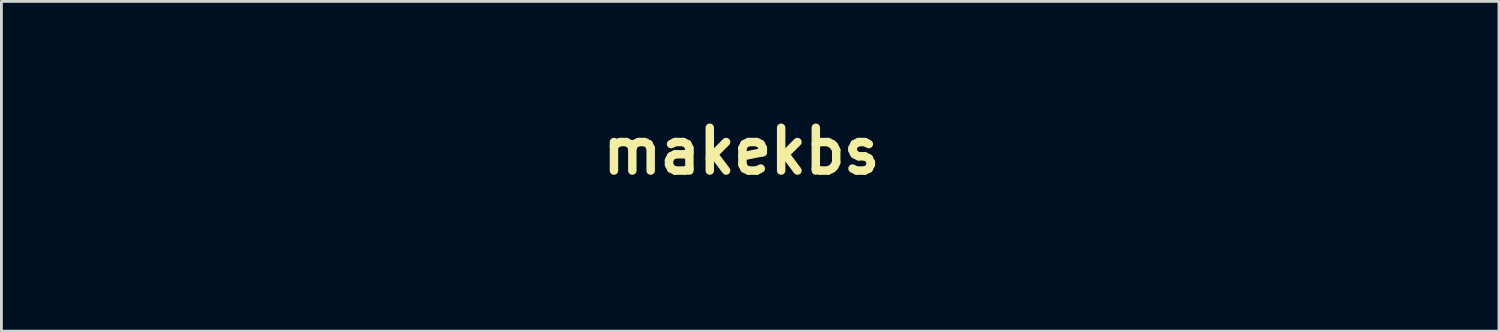
<source format=kicad_pcb>
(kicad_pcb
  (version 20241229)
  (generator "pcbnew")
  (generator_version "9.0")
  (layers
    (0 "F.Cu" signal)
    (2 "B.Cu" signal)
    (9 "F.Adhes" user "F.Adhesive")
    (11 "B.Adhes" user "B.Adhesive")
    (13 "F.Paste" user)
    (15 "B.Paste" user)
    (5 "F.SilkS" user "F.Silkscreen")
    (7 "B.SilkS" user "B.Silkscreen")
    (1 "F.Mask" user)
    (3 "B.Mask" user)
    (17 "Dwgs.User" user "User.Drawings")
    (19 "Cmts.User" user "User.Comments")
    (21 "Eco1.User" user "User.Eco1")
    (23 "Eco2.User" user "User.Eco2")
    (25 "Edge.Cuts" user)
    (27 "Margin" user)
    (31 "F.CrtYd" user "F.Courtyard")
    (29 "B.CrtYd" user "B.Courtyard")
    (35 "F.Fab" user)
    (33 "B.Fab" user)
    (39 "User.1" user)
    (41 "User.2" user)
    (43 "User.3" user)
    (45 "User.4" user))
  (footprint "makekbs"
    (layer "F.Cu")
    (at 23.339 2.332)
    (property "Reference" "makekbs" (at 0 0 0) (layer "F.SilkS") (effects (font (size 1.524 1.524) (thickness 0.3))))
    (attr through_hole)
    (fp_poly (pts (xy 17.224 -0.94) (xy 17.34 -0.803) (xy 17.352 -0.765) (xy 17.343 -0.571) (xy 17.216 -0.421) (xy 16.983 -0.329) (xy 16.902 -0.315) (xy 16.678 -0.251) (xy 16.483 -0.141) (xy 16.461 -0.122) (xy 16.317 0.037) (xy 16.216 0.223) (xy 16.152 0.461) (xy 16.119 0.777) (xy 16.109 1.199) (xy 16.109 1.221) (xy 16.104 1.593) (xy 16.084 1.852) (xy 16.043 2.015) (xy 15.976 2.104) (xy 15.877 2.137) (xy 15.833 2.139) (xy 15.696 2.094) (xy 15.606 2.028) (xy 15.561 1.965) (xy 15.531 1.868) (xy 15.515 1.715) (xy 15.51 1.481) (xy 15.515 1.145) (xy 15.518 1.008) (xy 15.529 0.636) (xy 15.544 0.369) (xy 15.567 0.178) (xy 15.603 0.033) (xy 15.658 -0.093) (xy 15.72 -0.205) (xy 15.998 -0.549) (xy 16.365 -0.806) (xy 16.703 -0.936) (xy 17.011 -0.984) (xy 17.224 -0.94)) (stroke (width 0.01) (type solid)) (fill yes) (layer "F.Mask"))
    (fp_poly (pts (xy 9.999 -0.912) (xy 10.358 -0.745) (xy 10.657 -0.496) (xy 10.886 -0.183) (xy 11.033 0.178) (xy 11.084 0.57) (xy 11.029 0.977) (xy 10.856 1.382) (xy 10.829 1.426) (xy 10.563 1.729) (xy 10.217 1.954) (xy 9.824 2.091) (xy 9.416 2.129) (xy 9.026 2.055) (xy 9.014 2.05) (xy 8.613 1.834) (xy 8.301 1.53) (xy 8.089 1.156) (xy 7.987 0.734) (xy 7.995 0.53) (xy 8.637 0.53) (xy 8.642 0.653) (xy 8.679 0.907) (xy 8.763 1.09) (xy 8.86 1.206) (xy 9.098 1.391) (xy 9.361 1.494) (xy 9.592 1.5) (xy 9.743 1.476) (xy 9.807 1.471) (xy 9.902 1.43) (xy 10.05 1.325) (xy 10.123 1.264) (xy 10.345 0.991) (xy 10.449 0.683) (xy 10.434 0.365) (xy 10.299 0.063) (xy 10.162 -0.098) (xy 9.9 -0.263) (xy 9.588 -0.331) (xy 9.269 -0.299) (xy 9.025 -0.188) (xy 8.796 0.01) (xy 8.672 0.236) (xy 8.637 0.53) (xy 7.995 0.53) (xy 8.005 0.282) (xy 8.026 0.179) (xy 8.172 -0.168) (xy 8.418 -0.488) (xy 8.732 -0.748) (xy 9.082 -0.915) (xy 9.151 -0.934) (xy 9.593 -0.98) (xy 9.999 -0.912)) (stroke (width 0.01) (type solid)) (fill yes) (layer "F.Mask"))
    (fp_poly (pts (xy 23.048 -0.932) (xy 23.157 -0.799) (xy 23.167 -0.767) (xy 23.162 -0.571) (xy 23.037 -0.431) (xy 22.886 -0.372) (xy 22.752 -0.306) (xy 22.738 -0.219) (xy 22.833 -0.125) (xy 23.029 -0.042) (xy 23.086 -0.026) (xy 23.432 0.119) (xy 23.695 0.341) (xy 23.872 0.617) (xy 23.96 0.925) (xy 23.955 1.24) (xy 23.855 1.541) (xy 23.657 1.805) (xy 23.371 2.001) (xy 22.994 2.121) (xy 22.635 2.109) (xy 22.404 2.027) (xy 22.131 1.825) (xy 21.922 1.543) (xy 21.812 1.224) (xy 21.809 1.206) (xy 21.813 0.95) (xy 21.904 0.792) (xy 22.08 0.735) (xy 22.091 0.735) (xy 22.252 0.776) (xy 22.359 0.91) (xy 22.422 1.115) (xy 22.525 1.348) (xy 22.695 1.484) (xy 22.905 1.511) (xy 23.126 1.419) (xy 23.147 1.403) (xy 23.3 1.215) (xy 23.338 1.007) (xy 23.269 0.809) (xy 23.102 0.65) (xy 22.893 0.568) (xy 22.572 0.476) (xy 22.359 0.36) (xy 22.228 0.206) (xy 22.222 0.194) (xy 22.139 -0.073) (xy 22.135 -0.36) (xy 22.21 -0.611) (xy 22.256 -0.684) (xy 22.444 -0.857) (xy 22.66 -0.958) (xy 22.871 -0.984) (xy 23.048 -0.932)) (stroke (width 0.01) (type solid)) (fill yes) (layer "F.Mask"))
    (fp_poly (pts (xy -16.282 -0.905) (xy -15.902 -0.714) (xy -15.574 -0.421) (xy -15.335 -0.067) (xy -15.274 0.115) (xy -15.227 0.381) (xy -15.193 0.7) (xy -15.175 1.043) (xy -15.172 1.377) (xy -15.186 1.673) (xy -15.218 1.899) (xy -15.269 2.025) (xy -15.271 2.027) (xy -15.439 2.122) (xy -15.622 2.124) (xy -15.769 2.035) (xy -15.787 2.01) (xy -15.853 1.928) (xy -15.933 1.923) (xy -16.066 1.984) (xy -16.329 2.071) (xy -16.658 2.113) (xy -16.991 2.105) (xy -17.262 2.048) (xy -17.672 1.829) (xy -17.99 1.515) (xy -18.164 1.219) (xy -18.292 0.794) (xy -18.293 0.653) (xy -17.673 0.653) (xy -17.591 0.949) (xy -17.421 1.196) (xy -17.185 1.38) (xy -16.905 1.484) (xy -16.602 1.491) (xy -16.298 1.385) (xy -16.256 1.36) (xy -16.033 1.145) (xy -15.894 0.858) (xy -15.849 0.539) (xy -15.905 0.226) (xy -15.973 0.087) (xy -16.196 -0.157) (xy -16.501 -0.298) (xy -16.805 -0.334) (xy -17.112 -0.272) (xy -17.379 -0.101) (xy -17.576 0.152) (xy -17.644 0.326) (xy -17.673 0.653) (xy -18.293 0.653) (xy -18.296 0.372) (xy -18.188 -0.026) (xy -17.976 -0.382) (xy -17.672 -0.674) (xy -17.283 -0.883) (xy -17.114 -0.937) (xy -16.693 -0.982) (xy -16.282 -0.905)) (stroke (width 0.01) (type solid)) (fill yes) (layer "F.Mask"))
    (fp_poly (pts (xy 3.345 -0.987) (xy 3.392 -0.962) (xy 3.461 -0.908) (xy 3.503 -0.837) (xy 3.514 -0.737) (xy 3.49 -0.597) (xy 3.428 -0.403) (xy 3.322 -0.145) (xy 3.169 0.191) (xy 2.964 0.617) (xy 2.703 1.143) (xy 2.581 1.388) (xy 2.293 1.961) (xy 2.056 2.422) (xy 1.864 2.783) (xy 1.708 3.051) (xy 1.582 3.237) (xy 1.479 3.35) (xy 1.392 3.399) (xy 1.314 3.395) (xy 1.239 3.346) (xy 1.18 3.287) (xy 1.094 3.162) (xy 1.069 3.085) (xy 1.098 2.994) (xy 1.175 2.815) (xy 1.287 2.576) (xy 1.371 2.405) (xy 1.672 1.805) (xy 1.07 0.603) (xy 0.886 0.228) (xy 0.724 -0.112) (xy 0.595 -0.398) (xy 0.507 -0.608) (xy 0.469 -0.724) (xy 0.468 -0.732) (xy 0.526 -0.869) (xy 0.664 -0.962) (xy 0.83 -0.98) (xy 0.856 -0.973) (xy 0.927 -0.901) (xy 1.044 -0.725) (xy 1.196 -0.461) (xy 1.373 -0.127) (xy 1.47 0.067) (xy 1.637 0.398) (xy 1.784 0.684) (xy 1.902 0.903) (xy 1.979 1.037) (xy 2.003 1.069) (xy 2.044 1.013) (xy 2.134 0.857) (xy 2.262 0.62) (xy 2.418 0.324) (xy 2.54 0.087) (xy 2.753 -0.324) (xy 2.921 -0.625) (xy 3.054 -0.829) (xy 3.163 -0.949) (xy 3.256 -0.998) (xy 3.345 -0.987)) (stroke (width 0.01) (type solid)) (fill yes) (layer "F.Mask"))
    (fp_poly (pts (xy -9.507 -0.946) (xy -9.136 -0.799) (xy -8.84 -0.582) (xy -8.734 -0.459) (xy -8.7 -0.334) (xy -8.745 -0.187) (xy -8.877 -0.000192) (xy -9.103 0.245) (xy -9.209 0.352) (xy -9.511 0.633) (xy -9.748 0.807) (xy -9.929 0.878) (xy -10.065 0.85) (xy -10.158 0.74) (xy -10.209 0.621) (xy -10.209 0.516) (xy -10.146 0.395) (xy -10.005 0.227) (xy -9.893 0.107) (xy -9.73 -0.071) (xy -9.611 -0.212) (xy -9.559 -0.287) (xy -9.558 -0.291) (xy -9.619 -0.316) (xy -9.772 -0.331) (xy -9.89 -0.334) (xy -10.126 -0.317) (xy -10.301 -0.248) (xy -10.454 -0.13) (xy -10.691 0.15) (xy -10.799 0.454) (xy -10.777 0.768) (xy -10.626 1.077) (xy -10.549 1.174) (xy -10.276 1.394) (xy -9.965 1.493) (xy -9.637 1.471) (xy -9.317 1.325) (xy -9.248 1.275) (xy -9.039 1.161) (xy -8.86 1.156) (xy -8.736 1.254) (xy -8.689 1.447) (xy -8.689 1.448) (xy -8.752 1.644) (xy -8.92 1.819) (xy -9.168 1.962) (xy -9.468 2.065) (xy -9.793 2.118) (xy -10.118 2.11) (xy -10.377 2.048) (xy -10.788 1.829) (xy -11.105 1.515) (xy -11.28 1.219) (xy -11.408 0.805) (xy -11.418 0.407) (xy -11.327 0.038) (xy -11.15 -0.292) (xy -10.901 -0.571) (xy -10.598 -0.787) (xy -10.254 -0.929) (xy -9.885 -0.986) (xy -9.507 -0.946)) (stroke (width 0.01) (type solid)) (fill yes) (layer "F.Mask"))
    (fp_poly (pts (xy -14.119 -1.88) (xy -14.109 -1.874) (xy -14.033 -1.822) (xy -13.978 -1.744) (xy -13.939 -1.62) (xy -13.914 -1.429) (xy -13.898 -1.149) (xy -13.888 -0.76) (xy -13.886 -0.692) (xy -13.87 0.12) (xy -13.168 -0.441) (xy -12.9 -0.649) (xy -12.661 -0.822) (xy -12.474 -0.944) (xy -12.363 -1.001) (xy -12.351 -1.002) (xy -12.225 -0.946) (xy -12.115 -0.813) (xy -12.06 -0.66) (xy -12.068 -0.584) (xy -12.134 -0.505) (xy -12.283 -0.364) (xy -12.496 -0.181) (xy -12.75 0.026) (xy -12.772 0.044) (xy -13.057 0.274) (xy -13.243 0.439) (xy -13.341 0.549) (xy -13.362 0.615) (xy -13.348 0.635) (xy -12.99 0.912) (xy -12.669 1.172) (xy -12.4 1.402) (xy -12.199 1.588) (xy -12.082 1.715) (xy -12.06 1.752) (xy -12.073 1.903) (xy -12.172 2.046) (xy -12.317 2.132) (xy -12.369 2.139) (xy -12.462 2.099) (xy -12.635 1.989) (xy -12.864 1.824) (xy -13.129 1.621) (xy -13.194 1.569) (xy -13.903 0.998) (xy -13.903 1.458) (xy -13.912 1.728) (xy -13.943 1.899) (xy -14.003 2.006) (xy -14.025 2.028) (xy -14.202 2.129) (xy -14.367 2.097) (xy -14.461 2.017) (xy -14.494 1.967) (xy -14.52 1.889) (xy -14.54 1.767) (xy -14.554 1.586) (xy -14.563 1.331) (xy -14.569 0.986) (xy -14.571 0.535) (xy -14.572 0.08) (xy -14.572 -1.735) (xy -14.409 -1.841) (xy -14.256 -1.91) (xy -14.119 -1.88)) (stroke (width 0.01) (type solid)) (fill yes) (layer "F.Mask"))
    (fp_poly (pts (xy -1.185 -0.968) (xy -0.906 -0.881) (xy -0.642 -0.762) (xy -0.452 -0.635) (xy -0.451 -0.634) (xy -0.329 -0.497) (xy -0.279 -0.366) (xy -0.308 -0.22) (xy -0.422 -0.04) (xy -0.63 0.193) (xy -0.792 0.358) (xy -1.033 0.592) (xy -1.206 0.743) (xy -1.332 0.827) (xy -1.436 0.858) (xy -1.511 0.858) (xy -1.657 0.814) (xy -1.718 0.7) (xy -1.727 0.642) (xy -1.72 0.518) (xy -1.659 0.39) (xy -1.523 0.225) (xy -1.407 0.104) (xy -1.248 -0.069) (xy -1.142 -0.208) (xy -1.11 -0.284) (xy -1.112 -0.288) (xy -1.238 -0.335) (xy -1.439 -0.336) (xy -1.668 -0.296) (xy -1.875 -0.221) (xy -1.944 -0.182) (xy -2.17 0.013) (xy -2.291 0.242) (xy -2.325 0.538) (xy -2.32 0.653) (xy -2.283 0.907) (xy -2.199 1.09) (xy -2.103 1.206) (xy -1.823 1.411) (xy -1.506 1.496) (xy -1.177 1.459) (xy -0.859 1.3) (xy -0.826 1.275) (xy -0.615 1.16) (xy -0.438 1.158) (xy -0.317 1.259) (xy -0.275 1.454) (xy -0.279 1.514) (xy -0.363 1.7) (xy -0.552 1.862) (xy -0.815 1.993) (xy -1.125 2.082) (xy -1.452 2.121) (xy -1.767 2.099) (xy -1.948 2.05) (xy -2.349 1.834) (xy -2.661 1.53) (xy -2.873 1.156) (xy -2.975 0.734) (xy -2.957 0.282) (xy -2.936 0.179) (xy -2.786 -0.177) (xy -2.533 -0.496) (xy -2.206 -0.756) (xy -1.835 -0.932) (xy -1.448 -1.002) (xy -1.42 -1.003) (xy -1.185 -0.968)) (stroke (width 0.01) (type solid)) (fill yes) (layer "F.Mask"))
    (fp_poly (pts (xy 13.749 -0.909) (xy 14.129 -0.753) (xy 14.444 -0.488) (xy 14.473 -0.454) (xy 14.611 -0.276) (xy 14.709 -0.101) (xy 14.775 0.098) (xy 14.815 0.348) (xy 14.834 0.675) (xy 14.839 1.109) (xy 14.839 1.127) (xy 14.837 1.505) (xy 14.829 1.77) (xy 14.814 1.942) (xy 14.788 2.042) (xy 14.75 2.09) (xy 14.733 2.098) (xy 14.504 2.135) (xy 14.328 2.056) (xy 14.285 2.005) (xy 14.216 1.922) (xy 14.141 1.909) (xy 14.01 1.962) (xy 13.964 1.985) (xy 13.59 2.103) (xy 13.179 2.119) (xy 12.78 2.033) (xy 12.664 1.984) (xy 12.27 1.735) (xy 11.991 1.414) (xy 11.825 1.024) (xy 11.787 0.691) (xy 12.383 0.691) (xy 12.488 1.006) (xy 12.697 1.263) (xy 12.997 1.435) (xy 13.001 1.437) (xy 13.205 1.505) (xy 13.345 1.524) (xy 13.482 1.493) (xy 13.679 1.409) (xy 13.681 1.408) (xy 13.968 1.212) (xy 14.153 0.944) (xy 14.228 0.63) (xy 14.184 0.296) (xy 14.133 0.169) (xy 13.937 -0.105) (xy 13.659 -0.273) (xy 13.304 -0.334) (xy 13.285 -0.334) (xy 13.071 -0.319) (xy 12.907 -0.255) (xy 12.728 -0.118) (xy 12.705 -0.097) (xy 12.542 0.081) (xy 12.426 0.264) (xy 12.397 0.343) (xy 12.383 0.691) (xy 11.787 0.691) (xy 11.773 0.563) (xy 11.776 0.457) (xy 11.851 0.029) (xy 12.031 -0.326) (xy 12.326 -0.626) (xy 12.525 -0.764) (xy 12.733 -0.879) (xy 12.923 -0.939) (xy 13.155 -0.96) (xy 13.292 -0.962) (xy 13.749 -0.909)) (stroke (width 0.01) (type solid)) (fill yes) (layer "F.Mask"))
    (fp_poly (pts (xy -5.657 -1.85) (xy -5.646 -1.843) (xy -5.582 -1.795) (xy -5.537 -1.735) (xy -5.507 -1.639) (xy -5.488 -1.484) (xy -5.477 -1.248) (xy -5.468 -0.906) (xy -5.466 -0.802) (xy -5.448 0.133) (xy -4.746 -0.432) (xy -4.478 -0.641) (xy -4.241 -0.816) (xy -4.055 -0.94) (xy -3.944 -0.998) (xy -3.932 -1) (xy -3.776 -0.946) (xy -3.652 -0.811) (xy -3.609 -0.667) (xy -3.663 -0.567) (xy -3.817 -0.402) (xy -4.061 -0.181) (xy -4.278 0) (xy -4.528 0.205) (xy -4.736 0.378) (xy -4.881 0.504) (xy -4.945 0.565) (xy -4.946 0.568) (xy -4.897 0.618) (xy -4.764 0.734) (xy -4.565 0.902) (xy -4.32 1.102) (xy -4.278 1.136) (xy -3.977 1.39) (xy -3.76 1.595) (xy -3.635 1.741) (xy -3.609 1.803) (xy -3.665 1.967) (xy -3.797 2.096) (xy -3.932 2.139) (xy -4.023 2.099) (xy -4.195 1.989) (xy -4.424 1.825) (xy -4.687 1.624) (xy -4.746 1.577) (xy -5.448 1.015) (xy -5.481 1.513) (xy -5.513 1.813) (xy -5.568 2.003) (xy -5.658 2.104) (xy -5.796 2.137) (xy -5.819 2.138) (xy -5.956 2.094) (xy -6.002 2.059) (xy -6.028 1.992) (xy -6.048 1.841) (xy -6.063 1.596) (xy -6.074 1.248) (xy -6.08 0.788) (xy -6.083 0.206) (xy -6.083 0.089) (xy -6.082 -0.462) (xy -6.081 -0.896) (xy -6.077 -1.225) (xy -6.069 -1.466) (xy -6.057 -1.634) (xy -6.04 -1.744) (xy -6.015 -1.811) (xy -5.984 -1.849) (xy -5.944 -1.874) (xy -5.806 -1.911) (xy -5.657 -1.85)) (stroke (width 0.01) (type solid)) (fill yes) (layer "F.Mask"))
    (fp_poly (pts (xy 20.98 -1.876) (xy 21.029 -1.845) (xy 21.065 -1.798) (xy 21.09 -1.718) (xy 21.106 -1.586) (xy 21.116 -1.384) (xy 21.12 -1.092) (xy 21.122 -0.693) (xy 21.122 -0.482) (xy 21.118 -0.06) (xy 21.109 0.332) (xy 21.095 0.666) (xy 21.078 0.919) (xy 21.057 1.065) (xy 21.056 1.069) (xy 20.892 1.424) (xy 20.628 1.719) (xy 20.29 1.942) (xy 19.903 2.082) (xy 19.493 2.125) (xy 19.084 2.06) (xy 19.025 2.041) (xy 18.653 1.841) (xy 18.358 1.543) (xy 18.155 1.168) (xy 18.055 0.735) (xy 18.047 0.568) (xy 18.057 0.489) (xy 18.664 0.489) (xy 18.683 0.815) (xy 18.806 1.106) (xy 19.024 1.336) (xy 19.293 1.469) (xy 19.486 1.518) (xy 19.634 1.521) (xy 19.804 1.474) (xy 19.918 1.43) (xy 20.211 1.25) (xy 20.405 1.003) (xy 20.495 0.714) (xy 20.478 0.406) (xy 20.351 0.106) (xy 20.146 -0.13) (xy 19.871 -0.292) (xy 19.565 -0.342) (xy 19.26 -0.289) (xy 18.99 -0.139) (xy 18.787 0.102) (xy 18.761 0.153) (xy 18.664 0.489) (xy 18.057 0.489) (xy 18.102 0.107) (xy 18.267 -0.28) (xy 18.545 -0.597) (xy 18.883 -0.82) (xy 19.165 -0.917) (xy 19.506 -0.961) (xy 19.852 -0.95) (xy 20.15 -0.884) (xy 20.233 -0.848) (xy 20.384 -0.773) (xy 20.477 -0.736) (xy 20.484 -0.735) (xy 20.501 -0.797) (xy 20.514 -0.96) (xy 20.52 -1.195) (xy 20.521 -1.271) (xy 20.523 -1.54) (xy 20.538 -1.707) (xy 20.571 -1.802) (xy 20.633 -1.856) (xy 20.679 -1.88) (xy 20.862 -1.917) (xy 20.98 -1.876)) (stroke (width 0.01) (type solid)) (fill yes) (layer "F.Mask"))
    (fp_poly (pts (xy 4.581 -1.917) (xy 4.683 -1.869) (xy 4.749 -1.817) (xy 4.788 -1.725) (xy 4.807 -1.564) (xy 4.813 -1.304) (xy 4.813 -1.262) (xy 4.818 -0.984) (xy 4.836 -0.822) (xy 4.87 -0.758) (xy 4.896 -0.759) (xy 5.249 -0.883) (xy 5.591 -0.96) (xy 5.879 -0.982) (xy 5.964 -0.975) (xy 6.404 -0.843) (xy 6.772 -0.61) (xy 7.056 -0.291) (xy 7.239 0.098) (xy 7.309 0.539) (xy 7.309 0.568) (xy 7.248 1.025) (xy 7.07 1.428) (xy 6.786 1.763) (xy 6.466 1.981) (xy 6.197 2.071) (xy 5.863 2.113) (xy 5.527 2.105) (xy 5.264 2.048) (xy 4.858 1.831) (xy 4.541 1.523) (xy 4.372 1.244) (xy 4.317 1.119) (xy 4.276 0.999) (xy 4.248 0.862) (xy 4.229 0.684) (xy 4.226 0.623) (xy 4.838 0.623) (xy 4.918 0.919) (xy 5.096 1.182) (xy 5.354 1.39) (xy 5.675 1.517) (xy 5.748 1.531) (xy 5.829 1.519) (xy 5.984 1.48) (xy 6.02 1.471) (xy 6.326 1.323) (xy 6.54 1.082) (xy 6.653 0.759) (xy 6.666 0.653) (xy 6.666 0.388) (xy 6.613 0.189) (xy 6.557 0.087) (xy 6.337 -0.154) (xy 6.063 -0.292) (xy 5.763 -0.332) (xy 5.463 -0.277) (xy 5.192 -0.132) (xy 4.978 0.101) (xy 4.873 0.32) (xy 4.838 0.623) (xy 4.226 0.623) (xy 4.218 0.444) (xy 4.213 0.12) (xy 4.212 -0.311) (xy 4.212 -0.413) (xy 4.213 -0.877) (xy 4.218 -1.225) (xy 4.228 -1.476) (xy 4.245 -1.646) (xy 4.27 -1.755) (xy 4.304 -1.82) (xy 4.316 -1.833) (xy 4.445 -1.925) (xy 4.581 -1.917)) (stroke (width 0.01) (type solid)) (fill yes) (layer "F.Mask"))
    (fp_poly (pts (xy -19.092 -2.285) (xy -19.063 -2.259) (xy -19.04 -2.17) (xy -19.02 -1.967) (xy -19.003 -1.671) (xy -18.991 -1.301) (xy -18.983 -0.877) (xy -18.978 -0.42) (xy -18.978 0.051) (xy -18.981 0.516) (xy -18.988 0.954) (xy -18.999 1.345) (xy -19.013 1.67) (xy -19.032 1.909) (xy -19.054 2.041) (xy -19.063 2.059) (xy -19.221 2.134) (xy -19.398 2.096) (xy -19.48 2.034) (xy -19.513 1.984) (xy -19.539 1.899) (xy -19.558 1.764) (xy -19.571 1.561) (xy -19.579 1.275) (xy -19.583 0.89) (xy -19.585 0.391) (xy -19.585 0.291) (xy -19.585 -1.346) (xy -20.303 -0.707) (xy -20.567 -0.478) (xy -20.802 -0.286) (xy -20.987 -0.145) (xy -21.102 -0.074) (xy -21.122 -0.068) (xy -21.216 -0.098) (xy -21.367 -0.193) (xy -21.587 -0.361) (xy -21.884 -0.609) (xy -22.204 -0.886) (xy -22.405 -1.058) (xy -22.568 -1.191) (xy -22.667 -1.263) (xy -22.684 -1.27) (xy -22.695 -1.206) (xy -22.706 -1.027) (xy -22.715 -0.75) (xy -22.721 -0.394) (xy -22.725 0.024) (xy -22.726 0.365) (xy -22.727 0.875) (xy -22.729 1.268) (xy -22.735 1.56) (xy -22.744 1.766) (xy -22.76 1.904) (xy -22.782 1.989) (xy -22.812 2.038) (xy -22.852 2.068) (xy -22.856 2.07) (xy -23.063 2.135) (xy -23.224 2.08) (xy -23.248 2.059) (xy -23.272 1.969) (xy -23.291 1.767) (xy -23.308 1.47) (xy -23.32 1.1) (xy -23.328 0.676) (xy -23.333 0.219) (xy -23.334 -0.252) (xy -23.33 -0.716) (xy -23.323 -1.154) (xy -23.312 -1.546) (xy -23.298 -1.871) (xy -23.279 -2.109) (xy -23.257 -2.242) (xy -23.248 -2.259) (xy -23.161 -2.318) (xy -23.056 -2.326) (xy -22.918 -2.274) (xy -22.732 -2.156) (xy -22.485 -1.962) (xy -22.162 -1.684) (xy -22.032 -1.569) (xy -21.75 -1.319) (xy -21.505 -1.103) (xy -21.314 -0.935) (xy -21.192 -0.831) (xy -21.156 -0.802) (xy -21.103 -0.844) (xy -20.968 -0.961) (xy -20.765 -1.138) (xy -20.512 -1.362) (xy -20.279 -1.569) (xy -19.927 -1.877) (xy -19.656 -2.098) (xy -19.451 -2.242) (xy -19.298 -2.315) (xy -19.183 -2.327) (xy -19.092 -2.285)) (stroke (width 0.01) (type solid)) (fill yes) (layer "F.Mask")))
  (gr_rect
    (start -3 -3)
    (end 50.303 8.736)
    (stroke (width 0.1) (type default))
    (fill no)
    (layer "Edge.Cuts")))
</source>
